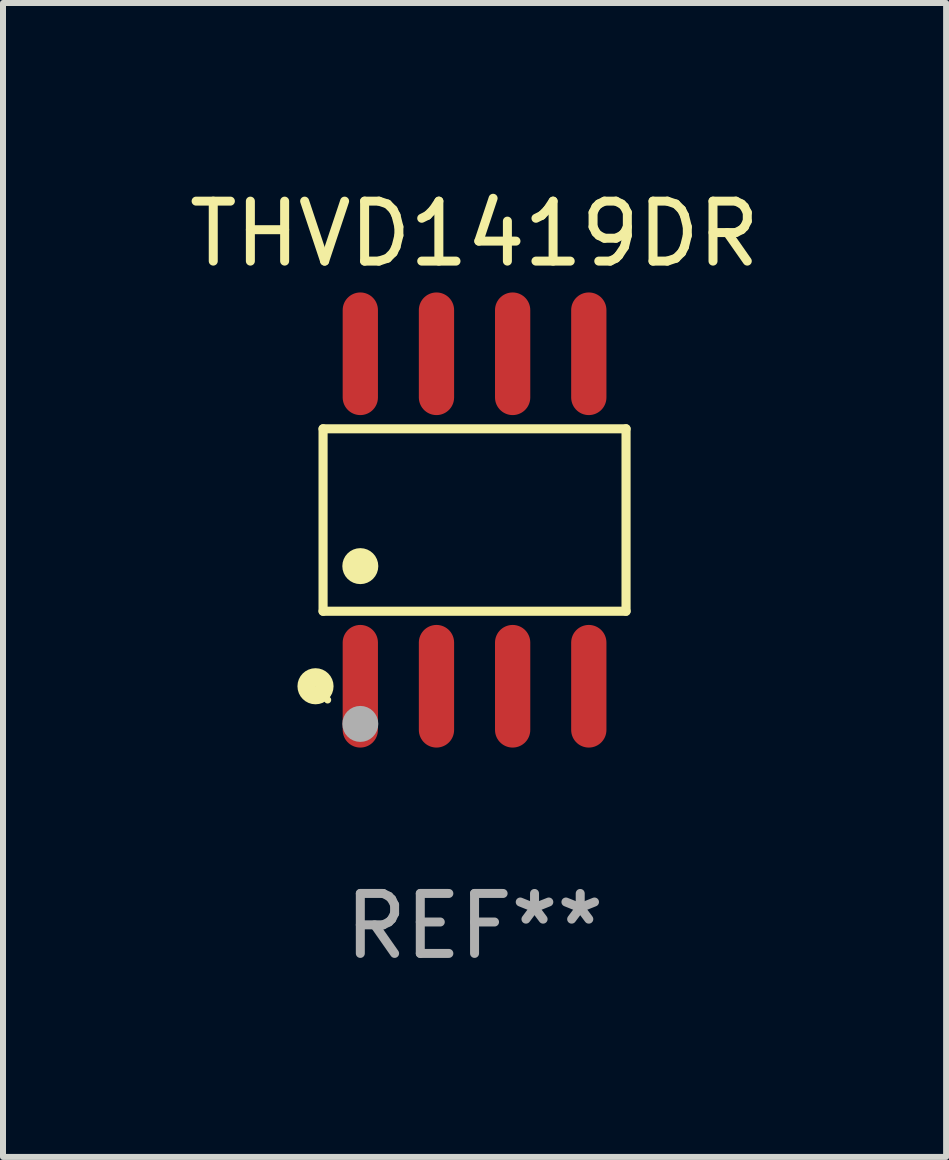
<source format=kicad_pcb>
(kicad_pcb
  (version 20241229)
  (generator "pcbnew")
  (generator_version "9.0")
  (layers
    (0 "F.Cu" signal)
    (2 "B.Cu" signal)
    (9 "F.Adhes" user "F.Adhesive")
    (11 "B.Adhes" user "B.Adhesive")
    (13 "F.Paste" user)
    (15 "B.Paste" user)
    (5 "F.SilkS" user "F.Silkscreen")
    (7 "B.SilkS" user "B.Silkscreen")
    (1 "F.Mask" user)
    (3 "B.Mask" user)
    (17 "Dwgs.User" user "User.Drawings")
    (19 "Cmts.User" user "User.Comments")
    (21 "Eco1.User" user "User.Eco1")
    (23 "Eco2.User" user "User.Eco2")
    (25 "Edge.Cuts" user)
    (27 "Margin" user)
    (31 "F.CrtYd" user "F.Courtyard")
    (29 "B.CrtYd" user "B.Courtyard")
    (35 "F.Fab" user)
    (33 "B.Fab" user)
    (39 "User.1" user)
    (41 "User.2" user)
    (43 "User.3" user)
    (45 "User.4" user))
  (footprint "THVD1419DR"
    (layer "F.Cu")
    (at 4.863 5.621)
    (property "Reference" "THVD1419DR" (at 0 -4.772 0) (layer "F.SilkS") (effects (font (size 1 1) (thickness 0.15))))
    (attr through_hole)
    (fp_line (start -2.526 -1.521) (end 2.526 -1.521) (stroke (width 0.152) (type solid)) (layer "F.SilkS"))
    (fp_line (start -2.526 1.521) (end -2.526 -1.521) (stroke (width 0.152) (type solid)) (layer "F.SilkS"))
    (fp_line (start 2.526 -1.521) (end 2.526 1.521) (stroke (width 0.152) (type solid)) (layer "F.SilkS"))
    (fp_line (start 2.526 1.521) (end -2.526 1.521) (stroke (width 0.152) (type solid)) (layer "F.SilkS"))
    (fp_circle (center -2.652 2.772) (end -2.501 2.772) (stroke (width 0.3) (type solid)) (fill no) (layer "F.SilkS"))
    (fp_circle (center -2.45 3) (end -2.42 3) (stroke (width 0.06) (type solid)) (fill no) (layer "F.SilkS"))
    (fp_circle (center -1.905 0.769) (end -1.755 0.769) (stroke (width 0.3) (type solid)) (fill no) (layer "F.SilkS"))
    (fp_circle (center -1.905 3.4) (end -1.755 3.4) (stroke (width 0.3) (type solid)) (fill no) (layer "F.Fab"))
    (fp_text user "REF**" (at 0 6.772 0) (layer "F.Fab") (effects (font (size 1 1) (thickness 0.15))))
    (pad "1" smd oval (at -1.905 2.772) (size 0.588 2.045) (layers "F.Cu" "F.Mask" "F.Paste"))
    (pad "2" smd oval (at -0.635 2.772) (size 0.588 2.045) (layers "F.Cu" "F.Mask" "F.Paste"))
    (pad "3" smd oval (at 0.635 2.772) (size 0.588 2.045) (layers "F.Cu" "F.Mask" "F.Paste"))
    (pad "4" smd oval (at 1.905 2.772) (size 0.588 2.045) (layers "F.Cu" "F.Mask" "F.Paste"))
    (pad "5" smd oval (at 1.905 -2.772) (size 0.588 2.045) (layers "F.Cu" "F.Mask" "F.Paste"))
    (pad "6" smd oval (at 0.635 -2.772) (size 0.588 2.045) (layers "F.Cu" "F.Mask" "F.Paste"))
    (pad "7" smd oval (at -0.635 -2.772) (size 0.588 2.045) (layers "F.Cu" "F.Mask" "F.Paste"))
    (pad "8" smd oval (at -1.905 -2.772) (size 0.588 2.045) (layers "F.Cu" "F.Mask" "F.Paste")))
  (gr_rect
    (start -3 -3)
    (end 12.726 16.241)
    (stroke (width 0.1) (type default))
    (fill no)
    (layer "Edge.Cuts")))
</source>
